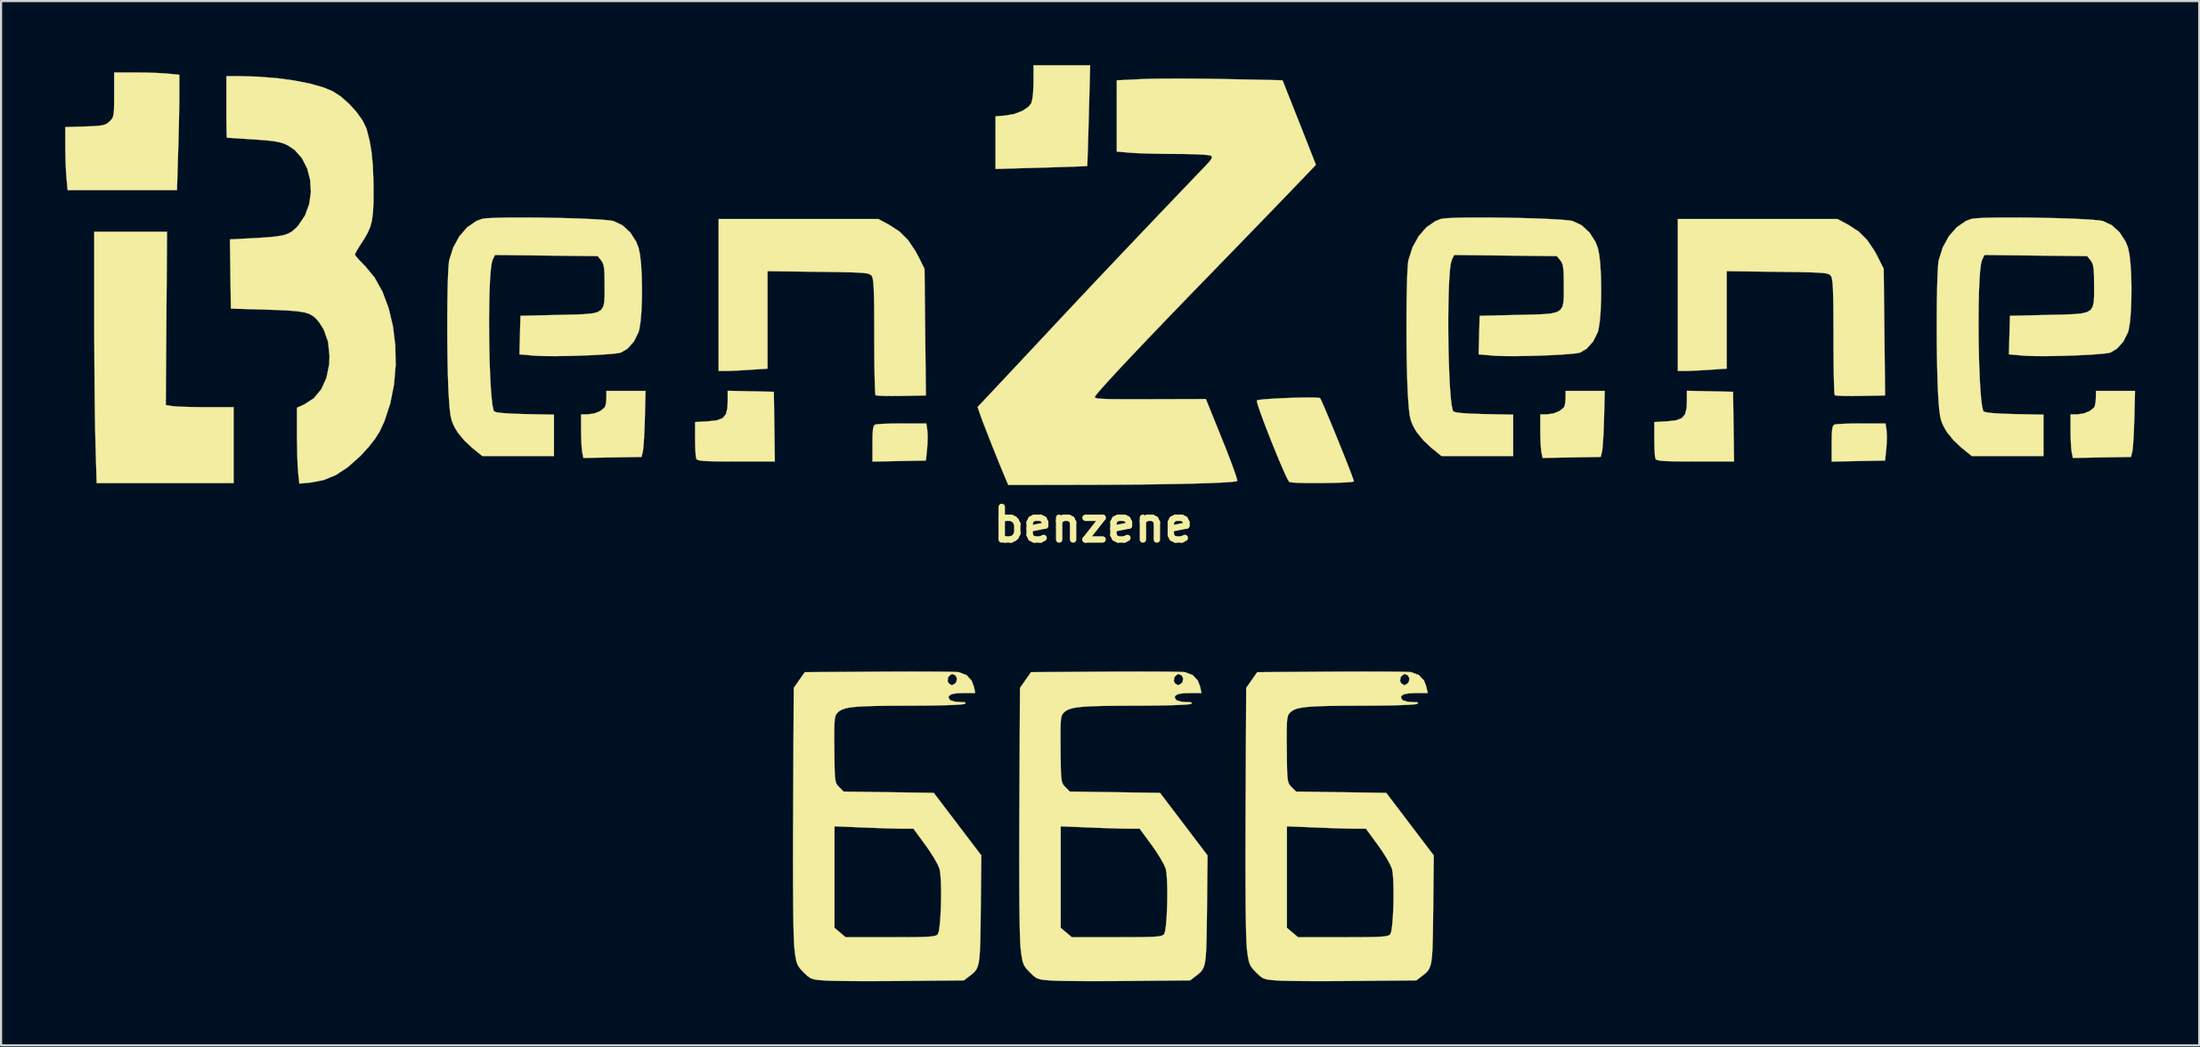
<source format=kicad_pcb>
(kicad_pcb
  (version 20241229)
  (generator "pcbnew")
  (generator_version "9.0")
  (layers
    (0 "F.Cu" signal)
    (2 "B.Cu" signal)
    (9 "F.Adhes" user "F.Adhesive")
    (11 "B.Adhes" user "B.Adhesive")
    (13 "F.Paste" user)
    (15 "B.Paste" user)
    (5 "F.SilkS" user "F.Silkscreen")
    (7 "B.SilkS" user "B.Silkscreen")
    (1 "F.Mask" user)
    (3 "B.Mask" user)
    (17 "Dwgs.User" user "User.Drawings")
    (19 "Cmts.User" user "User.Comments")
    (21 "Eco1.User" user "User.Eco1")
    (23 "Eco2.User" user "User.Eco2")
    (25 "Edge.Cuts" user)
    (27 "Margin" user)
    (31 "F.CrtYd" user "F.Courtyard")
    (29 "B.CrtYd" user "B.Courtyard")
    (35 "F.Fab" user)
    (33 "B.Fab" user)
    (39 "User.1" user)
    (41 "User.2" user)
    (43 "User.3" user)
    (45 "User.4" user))
  (footprint "benzene"
    (layer "F.Cu")
    (at 48.096 21.51)
    (property "Reference" "benzene" (at 0 0 0) (layer "F.SilkS") (effects (font (size 1.524 1.524) (thickness 0.3))))
    (attr through_hole)
    (fp_poly (pts (xy -7.765 -4.424) (xy -7.749 -4.166) (xy -7.755 -3.825) (xy -7.775 -3.556) (xy -7.832 -3.006) (xy -9.081 -2.982) (xy -10.329 -2.959) (xy -10.329 -3.799) (xy -10.325 -4.197) (xy -10.308 -4.456) (xy -10.274 -4.606) (xy -10.218 -4.678) (xy -10.195 -4.69) (xy -10.064 -4.709) (xy -9.799 -4.725) (xy -9.438 -4.736) (xy -9.016 -4.741) (xy -8.936 -4.741) (xy -7.811 -4.741) (xy -7.765 -4.424)) (stroke (width 0.01) (type solid)) (fill yes) (layer "F.SilkS"))
    (fp_poly (pts (xy 37.109 -4.424) (xy 37.125 -4.166) (xy 37.118 -3.825) (xy 37.098 -3.556) (xy 37.042 -3.006) (xy 35.793 -2.982) (xy 34.544 -2.959) (xy 34.544 -3.799) (xy 34.549 -4.197) (xy 34.566 -4.456) (xy 34.6 -4.606) (xy 34.655 -4.678) (xy 34.678 -4.69) (xy 34.809 -4.709) (xy 35.074 -4.725) (xy 35.436 -4.736) (xy 35.858 -4.741) (xy 35.937 -4.741) (xy 37.062 -4.741) (xy 37.109 -4.424)) (stroke (width 0.01) (type solid)) (fill yes) (layer "F.SilkS"))
    (fp_poly (pts (xy -43.362 -9.66) (xy -43.392 -5.603) (xy -43.095 -5.554) (xy -42.906 -5.537) (xy -42.587 -5.522) (xy -42.175 -5.511) (xy -41.71 -5.505) (xy -41.508 -5.504) (xy -40.217 -5.503) (xy -40.217 -1.947) (xy -46.624 -1.947) (xy -46.68 -3.866) (xy -46.692 -4.367) (xy -46.703 -5.009) (xy -46.713 -5.761) (xy -46.722 -6.595) (xy -46.728 -7.483) (xy -46.733 -8.393) (xy -46.736 -9.298) (xy -46.736 -9.75) (xy -46.736 -13.716) (xy -45.034 -13.716) (xy -43.332 -13.716) (xy -43.362 -9.66)) (stroke (width 0.01) (type solid)) (fill yes) (layer "F.SilkS"))
    (fp_poly (pts (xy 28.85 -6.247) (xy 29.93 -6.223) (xy 29.976 -2.963) (xy 28.163 -2.963) (xy 27.556 -2.965) (xy 27.097 -2.97) (xy 26.766 -2.98) (xy 26.541 -2.997) (xy 26.402 -3.023) (xy 26.327 -3.058) (xy 26.298 -3.097) (xy 26.275 -3.238) (xy 26.258 -3.502) (xy 26.248 -3.843) (xy 26.247 -4.019) (xy 26.247 -4.807) (xy 26.85 -4.841) (xy 27.26 -4.887) (xy 27.53 -4.989) (xy 27.687 -5.174) (xy 27.758 -5.468) (xy 27.771 -5.769) (xy 27.771 -6.27) (xy 28.85 -6.247)) (stroke (width 0.01) (type solid)) (fill yes) (layer "F.SilkS"))
    (fp_poly (pts (xy -16.023 -6.247) (xy -14.944 -6.223) (xy -14.921 -4.593) (xy -14.898 -2.963) (xy -16.711 -2.963) (xy -17.318 -2.965) (xy -17.776 -2.97) (xy -18.108 -2.98) (xy -18.333 -2.997) (xy -18.472 -3.023) (xy -18.547 -3.058) (xy -18.575 -3.097) (xy -18.598 -3.238) (xy -18.616 -3.502) (xy -18.625 -3.843) (xy -18.627 -4.019) (xy -18.627 -4.807) (xy -18.024 -4.841) (xy -17.613 -4.887) (xy -17.343 -4.989) (xy -17.186 -5.174) (xy -17.115 -5.468) (xy -17.103 -5.769) (xy -17.103 -6.27) (xy -16.023 -6.247)) (stroke (width 0.01) (type solid)) (fill yes) (layer "F.SilkS"))
    (fp_poly (pts (xy -20.979 -4.974) (xy -20.994 -4.503) (xy -21.015 -4.072) (xy -21.039 -3.721) (xy -21.063 -3.486) (xy -21.073 -3.429) (xy -21.135 -3.175) (xy -22.494 -3.152) (xy -23.854 -3.129) (xy -23.907 -3.395) (xy -23.932 -3.603) (xy -23.95 -3.921) (xy -23.96 -4.292) (xy -23.961 -4.413) (xy -23.961 -5.165) (xy -23.66 -5.165) (xy -23.349 -5.208) (xy -23.067 -5.321) (xy -22.871 -5.477) (xy -22.828 -5.549) (xy -22.791 -5.728) (xy -22.775 -5.968) (xy -22.775 -5.976) (xy -22.775 -6.265) (xy -20.946 -6.265) (xy -20.979 -4.974)) (stroke (width 0.01) (type solid)) (fill yes) (layer "F.SilkS"))
    (fp_poly (pts (xy 23.894 -4.974) (xy 23.879 -4.503) (xy 23.858 -4.072) (xy 23.835 -3.721) (xy 23.81 -3.486) (xy 23.8 -3.429) (xy 23.738 -3.175) (xy 22.379 -3.152) (xy 21.019 -3.129) (xy 20.966 -3.395) (xy 20.941 -3.603) (xy 20.923 -3.921) (xy 20.913 -4.292) (xy 20.913 -4.413) (xy 20.913 -5.165) (xy 21.213 -5.165) (xy 21.524 -5.208) (xy 21.807 -5.321) (xy 22.002 -5.477) (xy 22.045 -5.549) (xy 22.082 -5.728) (xy 22.098 -5.968) (xy 22.098 -5.976) (xy 22.098 -6.265) (xy 23.927 -6.265) (xy 23.894 -4.974)) (stroke (width 0.01) (type solid)) (fill yes) (layer "F.SilkS"))
    (fp_poly (pts (xy 48.702 -4.974) (xy 48.686 -4.503) (xy 48.665 -4.072) (xy 48.642 -3.721) (xy 48.618 -3.486) (xy 48.607 -3.429) (xy 48.546 -3.175) (xy 47.186 -3.152) (xy 45.827 -3.129) (xy 45.773 -3.395) (xy 45.749 -3.603) (xy 45.73 -3.921) (xy 45.721 -4.292) (xy 45.72 -4.413) (xy 45.72 -5.165) (xy 46.021 -5.165) (xy 46.332 -5.208) (xy 46.614 -5.321) (xy 46.81 -5.477) (xy 46.853 -5.549) (xy 46.889 -5.728) (xy 46.905 -5.968) (xy 46.905 -5.976) (xy 46.905 -6.265) (xy 48.735 -6.265) (xy 48.702 -4.974)) (stroke (width 0.01) (type solid)) (fill yes) (layer "F.SilkS"))
    (fp_poly (pts (xy -0.209 -19.156) (xy -0.226 -18.544) (xy -0.242 -17.99) (xy -0.256 -17.517) (xy -0.269 -17.144) (xy -0.279 -16.896) (xy -0.285 -16.792) (xy -0.286 -16.79) (xy -0.371 -16.784) (xy -0.602 -16.773) (xy -0.957 -16.76) (xy -1.414 -16.745) (xy -1.948 -16.728) (xy -2.436 -16.714) (xy -4.572 -16.653) (xy -4.572 -19.114) (xy -4.125 -19.151) (xy -3.692 -19.228) (xy -3.311 -19.374) (xy -3.025 -19.568) (xy -2.902 -19.727) (xy -2.851 -19.917) (xy -2.814 -20.228) (xy -2.796 -20.616) (xy -2.795 -20.722) (xy -2.794 -21.505) (xy -0.147 -21.505) (xy -0.209 -19.156)) (stroke (width 0.01) (type solid)) (fill yes) (layer "F.SilkS"))
    (fp_poly (pts (xy -44.343 -21.162) (xy -43.888 -21.149) (xy -43.496 -21.13) (xy -43.277 -21.112) (xy -42.757 -21.058) (xy -42.757 -20.152) (xy -42.759 -19.778) (xy -42.767 -19.28) (xy -42.779 -18.7) (xy -42.794 -18.085) (xy -42.812 -17.477) (xy -42.812 -17.455) (xy -42.868 -15.663) (xy -47.982 -15.663) (xy -48.035 -16.235) (xy -48.059 -16.576) (xy -48.078 -17.015) (xy -48.088 -17.481) (xy -48.09 -17.709) (xy -48.091 -18.612) (xy -47.166 -18.64) (xy -46.751 -18.656) (xy -46.468 -18.679) (xy -46.279 -18.715) (xy -46.148 -18.774) (xy -46.036 -18.862) (xy -46.023 -18.874) (xy -45.932 -18.967) (xy -45.87 -19.066) (xy -45.833 -19.204) (xy -45.813 -19.415) (xy -45.806 -19.732) (xy -45.805 -20.123) (xy -45.805 -21.167) (xy -44.801 -21.167) (xy -44.343 -21.162)) (stroke (width 0.01) (type solid)) (fill yes) (layer "F.SilkS"))
    (fp_poly (pts (xy 10.326 -5.954) (xy 10.54 -5.943) (xy 10.609 -5.928) (xy 10.659 -5.835) (xy 10.759 -5.611) (xy 10.9 -5.283) (xy 11.07 -4.877) (xy 11.259 -4.42) (xy 11.455 -3.939) (xy 11.648 -3.46) (xy 11.828 -3.009) (xy 11.982 -2.614) (xy 12.102 -2.301) (xy 12.174 -2.097) (xy 12.192 -2.031) (xy 12.113 -2.008) (xy 11.897 -1.988) (xy 11.577 -1.972) (xy 11.186 -1.961) (xy 10.757 -1.954) (xy 10.321 -1.952) (xy 9.913 -1.955) (xy 9.564 -1.964) (xy 9.307 -1.979) (xy 9.175 -2) (xy 9.114 -2.088) (xy 9.006 -2.306) (xy 8.861 -2.628) (xy 8.69 -3.027) (xy 8.504 -3.477) (xy 8.313 -3.951) (xy 8.128 -4.422) (xy 7.96 -4.865) (xy 7.818 -5.253) (xy 7.713 -5.559) (xy 7.657 -5.757) (xy 7.653 -5.819) (xy 7.758 -5.845) (xy 7.998 -5.872) (xy 8.337 -5.897) (xy 8.743 -5.919) (xy 9.179 -5.937) (xy 9.611 -5.95) (xy 10.005 -5.956) (xy 10.326 -5.954)) (stroke (width 0.01) (type solid)) (fill yes) (layer "F.SilkS"))
    (fp_poly (pts (xy -9.556 -14.042) (xy -9.07 -13.726) (xy -8.67 -13.329) (xy -8.323 -12.816) (xy -8.183 -12.554) (xy -7.896 -11.98) (xy -7.864 -9.017) (xy -7.832 -6.054) (xy -8.979 -6.03) (xy -9.404 -6.026) (xy -9.767 -6.03) (xy -10.035 -6.042) (xy -10.175 -6.06) (xy -10.186 -6.065) (xy -10.2 -6.162) (xy -10.213 -6.406) (xy -10.225 -6.779) (xy -10.234 -7.258) (xy -10.241 -7.824) (xy -10.244 -8.456) (xy -10.245 -8.803) (xy -10.246 -9.577) (xy -10.25 -10.198) (xy -10.258 -10.683) (xy -10.271 -11.049) (xy -10.288 -11.314) (xy -10.312 -11.493) (xy -10.342 -11.604) (xy -10.365 -11.647) (xy -10.409 -11.695) (xy -10.475 -11.733) (xy -10.583 -11.763) (xy -10.751 -11.785) (xy -11 -11.802) (xy -11.348 -11.815) (xy -11.815 -11.825) (xy -12.42 -11.834) (xy -12.862 -11.84) (xy -15.24 -11.869) (xy -15.24 -7.307) (xy -16.066 -7.252) (xy -16.463 -7.228) (xy -16.833 -7.209) (xy -17.119 -7.199) (xy -17.209 -7.197) (xy -17.526 -7.197) (xy -17.526 -14.309) (xy -10.057 -14.309) (xy -9.556 -14.042)) (stroke (width 0.01) (type solid)) (fill yes) (layer "F.SilkS"))
    (fp_poly (pts (xy 35.317 -14.042) (xy 35.803 -13.726) (xy 36.203 -13.329) (xy 36.55 -12.816) (xy 36.69 -12.554) (xy 36.977 -11.98) (xy 37.01 -9.017) (xy 37.042 -6.054) (xy 35.894 -6.03) (xy 35.469 -6.026) (xy 35.106 -6.03) (xy 34.838 -6.042) (xy 34.699 -6.06) (xy 34.687 -6.065) (xy 34.673 -6.162) (xy 34.66 -6.406) (xy 34.649 -6.779) (xy 34.639 -7.258) (xy 34.633 -7.824) (xy 34.629 -8.456) (xy 34.629 -8.803) (xy 34.627 -9.577) (xy 34.623 -10.198) (xy 34.615 -10.683) (xy 34.603 -11.049) (xy 34.585 -11.314) (xy 34.562 -11.493) (xy 34.532 -11.604) (xy 34.509 -11.647) (xy 34.465 -11.695) (xy 34.398 -11.733) (xy 34.291 -11.763) (xy 34.122 -11.785) (xy 33.874 -11.802) (xy 33.526 -11.815) (xy 33.059 -11.825) (xy 32.453 -11.834) (xy 32.011 -11.84) (xy 29.633 -11.869) (xy 29.633 -7.307) (xy 28.808 -7.252) (xy 28.41 -7.228) (xy 28.04 -7.209) (xy 27.754 -7.199) (xy 27.665 -7.197) (xy 27.347 -7.197) (xy 27.347 -14.309) (xy 34.817 -14.309) (xy 35.317 -14.042)) (stroke (width 0.01) (type solid)) (fill yes) (layer "F.SilkS"))
    (fp_poly (pts (xy 4.554 -20.88) (xy 5.288 -20.874) (xy 6.02 -20.862) (xy 6.17 -20.859) (xy 8.853 -20.802) (xy 9.46 -19.27) (xy 9.662 -18.76) (xy 9.855 -18.272) (xy 10.025 -17.841) (xy 10.159 -17.5) (xy 10.241 -17.291) (xy 10.413 -16.844) (xy 9.207 -15.586) (xy 8.889 -15.256) (xy 8.472 -14.823) (xy 7.975 -14.31) (xy 7.418 -13.734) (xy 6.819 -13.116) (xy 6.198 -12.476) (xy 5.574 -11.833) (xy 5.212 -11.461) (xy 4.379 -10.602) (xy 3.597 -9.792) (xy 2.874 -9.037) (xy 2.217 -8.348) (xy 1.633 -7.731) (xy 1.131 -7.194) (xy 0.718 -6.745) (xy 0.4 -6.393) (xy 0.186 -6.144) (xy 0.084 -6.008) (xy 0.081 -6.004) (xy 0.074 -5.966) (xy 0.108 -5.936) (xy 0.2 -5.914) (xy 0.366 -5.897) (xy 0.624 -5.886) (xy 0.99 -5.879) (xy 1.48 -5.876) (xy 2.112 -5.876) (xy 2.639 -5.877) (xy 5.268 -5.884) (xy 6.03 -3.996) (xy 6.241 -3.467) (xy 6.424 -2.991) (xy 6.572 -2.589) (xy 6.678 -2.284) (xy 6.732 -2.098) (xy 6.735 -2.051) (xy 6.624 -2.023) (xy 6.356 -1.996) (xy 5.94 -1.972) (xy 5.39 -1.949) (xy 4.717 -1.929) (xy 3.932 -1.911) (xy 3.046 -1.896) (xy 2.072 -1.884) (xy 1.02 -1.875) (xy -0.098 -1.87) (xy -0.274 -1.87) (xy -3.977 -1.863) (xy -4.112 -2.18) (xy -4.261 -2.538) (xy -4.441 -2.977) (xy -4.634 -3.459) (xy -4.828 -3.945) (xy -5.004 -4.397) (xy -5.15 -4.774) (xy -5.248 -5.039) (xy -5.256 -5.062) (xy -5.412 -5.51) (xy -4.547 -6.43) (xy -4.283 -6.712) (xy -3.923 -7.096) (xy -3.488 -7.56) (xy -2.999 -8.082) (xy -2.475 -8.642) (xy -1.938 -9.216) (xy -1.518 -9.665) (xy -0.667 -10.573) (xy 0.278 -11.576) (xy 1.293 -12.649) (xy 2.354 -13.766) (xy 3.435 -14.901) (xy 4.514 -16.03) (xy 5.241 -16.788) (xy 5.447 -17.013) (xy 5.542 -17.153) (xy 5.543 -17.237) (xy 5.503 -17.274) (xy 5.38 -17.3) (xy 5.118 -17.323) (xy 4.747 -17.341) (xy 4.297 -17.352) (xy 3.886 -17.355) (xy 3.343 -17.359) (xy 2.805 -17.368) (xy 2.318 -17.382) (xy 1.926 -17.399) (xy 1.748 -17.411) (xy 1.101 -17.466) (xy 1.101 -20.802) (xy 2.294 -20.859) (xy 2.69 -20.872) (xy 3.222 -20.879) (xy 3.854 -20.882) (xy 4.554 -20.88)) (stroke (width 0.01) (type solid)) (fill yes) (layer "F.SilkS"))
    (fp_poly (pts (xy -26.466 -14.38) (xy -25.82 -14.374) (xy -25.162 -14.363) (xy -24.518 -14.347) (xy -23.914 -14.327) (xy -23.377 -14.302) (xy -22.932 -14.274) (xy -22.607 -14.243) (xy -22.444 -14.215) (xy -22.028 -14.017) (xy -21.664 -13.684) (xy -21.384 -13.249) (xy -21.272 -12.964) (xy -21.205 -12.644) (xy -21.156 -12.2) (xy -21.125 -11.673) (xy -21.112 -11.1) (xy -21.117 -10.521) (xy -21.14 -9.975) (xy -21.181 -9.5) (xy -21.24 -9.136) (xy -21.275 -9.01) (xy -21.492 -8.574) (xy -21.791 -8.241) (xy -22.098 -8.059) (xy -22.27 -8.025) (xy -22.58 -7.993) (xy -22.996 -7.963) (xy -23.486 -7.937) (xy -24.02 -7.916) (xy -24.566 -7.901) (xy -25.092 -7.893) (xy -25.566 -7.894) (xy -25.958 -7.904) (xy -26.162 -7.916) (xy -26.845 -7.977) (xy -26.797 -9.779) (xy -24.99 -9.821) (xy -24.335 -9.836) (xy -23.831 -9.854) (xy -23.456 -9.889) (xy -23.192 -9.952) (xy -23.02 -10.058) (xy -22.92 -10.217) (xy -22.873 -10.444) (xy -22.859 -10.75) (xy -22.86 -11.149) (xy -22.86 -11.218) (xy -22.864 -11.651) (xy -22.879 -11.95) (xy -22.911 -12.15) (xy -22.963 -12.287) (xy -23.022 -12.373) (xy -23.183 -12.573) (xy -25.588 -12.6) (xy -27.992 -12.627) (xy -28.105 -12.388) (xy -28.154 -12.198) (xy -28.193 -11.87) (xy -28.224 -11.425) (xy -28.247 -10.887) (xy -28.261 -10.279) (xy -28.267 -9.622) (xy -28.265 -8.94) (xy -28.256 -8.256) (xy -28.24 -7.591) (xy -28.216 -6.969) (xy -28.186 -6.413) (xy -28.149 -5.944) (xy -28.106 -5.586) (xy -28.057 -5.362) (xy -28.026 -5.301) (xy -27.901 -5.261) (xy -27.623 -5.227) (xy -27.206 -5.2) (xy -26.665 -5.182) (xy -26.581 -5.18) (xy -25.231 -5.153) (xy -25.231 -3.217) (xy -28.583 -3.217) (xy -29.079 -3.619) (xy -29.429 -3.949) (xy -29.724 -4.31) (xy -29.829 -4.475) (xy -29.937 -4.682) (xy -30.014 -4.878) (xy -30.067 -5.103) (xy -30.105 -5.399) (xy -30.138 -5.806) (xy -30.15 -5.999) (xy -30.175 -6.483) (xy -30.194 -7.061) (xy -30.208 -7.707) (xy -30.217 -8.395) (xy -30.221 -9.101) (xy -30.22 -9.799) (xy -30.214 -10.465) (xy -30.204 -11.073) (xy -30.188 -11.598) (xy -30.168 -12.016) (xy -30.143 -12.301) (xy -30.131 -12.378) (xy -29.941 -12.98) (xy -29.654 -13.503) (xy -29.288 -13.923) (xy -28.863 -14.215) (xy -28.601 -14.315) (xy -28.408 -14.342) (xy -28.071 -14.361) (xy -27.618 -14.374) (xy -27.074 -14.38) (xy -26.466 -14.38)) (stroke (width 0.01) (type solid)) (fill yes) (layer "F.SilkS"))
    (fp_poly (pts (xy -40.026 -20.997) (xy -39.103 -20.973) (xy -38.212 -20.903) (xy -37.381 -20.793) (xy -36.639 -20.646) (xy -36.012 -20.467) (xy -35.584 -20.29) (xy -35.208 -20.047) (xy -34.824 -19.709) (xy -34.47 -19.32) (xy -34.185 -18.922) (xy -34.007 -18.557) (xy -33.995 -18.521) (xy -33.862 -18.002) (xy -33.767 -17.457) (xy -33.707 -16.846) (xy -33.677 -16.129) (xy -33.671 -15.706) (xy -33.674 -15.101) (xy -33.696 -14.629) (xy -33.743 -14.255) (xy -33.824 -13.942) (xy -33.947 -13.656) (xy -34.119 -13.36) (xy -34.206 -13.226) (xy -34.373 -12.968) (xy -34.493 -12.762) (xy -34.544 -12.65) (xy -34.544 -12.646) (xy -34.487 -12.556) (xy -34.336 -12.384) (xy -34.122 -12.165) (xy -34.078 -12.122) (xy -33.622 -11.572) (xy -33.249 -10.898) (xy -32.961 -10.126) (xy -32.762 -9.282) (xy -32.653 -8.389) (xy -32.636 -7.474) (xy -32.714 -6.561) (xy -32.889 -5.676) (xy -33.163 -4.844) (xy -33.387 -4.36) (xy -33.6 -4.023) (xy -33.907 -3.633) (xy -34.268 -3.239) (xy -34.302 -3.205) (xy -34.883 -2.688) (xy -35.446 -2.321) (xy -36.017 -2.089) (xy -36.584 -1.981) (xy -37.142 -1.927) (xy -37.198 -2.457) (xy -37.218 -2.741) (xy -37.235 -3.144) (xy -37.247 -3.619) (xy -37.253 -4.116) (xy -37.253 -4.233) (xy -37.253 -5.478) (xy -36.907 -5.634) (xy -36.462 -5.924) (xy -36.115 -6.343) (xy -35.874 -6.875) (xy -35.747 -7.505) (xy -35.729 -7.879) (xy -35.797 -8.559) (xy -36.002 -9.14) (xy -36.201 -9.456) (xy -36.345 -9.631) (xy -36.494 -9.765) (xy -36.672 -9.866) (xy -36.904 -9.939) (xy -37.213 -9.99) (xy -37.626 -10.025) (xy -38.165 -10.051) (xy -38.649 -10.067) (xy -40.344 -10.118) (xy -40.367 -11.737) (xy -40.39 -13.355) (xy -39.266 -13.414) (xy -38.688 -13.449) (xy -38.25 -13.49) (xy -37.922 -13.544) (xy -37.676 -13.622) (xy -37.482 -13.73) (xy -37.312 -13.877) (xy -37.189 -14.009) (xy -36.876 -14.476) (xy -36.681 -15.006) (xy -36.602 -15.569) (xy -36.634 -16.133) (xy -36.773 -16.67) (xy -37.016 -17.149) (xy -37.357 -17.539) (xy -37.684 -17.759) (xy -37.873 -17.843) (xy -38.086 -17.906) (xy -38.359 -17.955) (xy -38.726 -17.995) (xy -39.224 -18.032) (xy -39.292 -18.036) (xy -39.727 -18.064) (xy -40.096 -18.088) (xy -40.37 -18.106) (xy -40.517 -18.116) (xy -40.534 -18.117) (xy -40.541 -18.198) (xy -40.547 -18.42) (xy -40.552 -18.757) (xy -40.555 -19.18) (xy -40.555 -19.558) (xy -40.555 -20.997) (xy -40.026 -20.997)) (stroke (width 0.01) (type solid)) (fill yes) (layer "F.SilkS"))
    (fp_poly (pts (xy 18.407 -14.38) (xy 19.053 -14.374) (xy 19.712 -14.363) (xy 20.356 -14.347) (xy 20.959 -14.327) (xy 21.497 -14.302) (xy 21.941 -14.274) (xy 22.267 -14.243) (xy 22.429 -14.215) (xy 22.845 -14.017) (xy 23.209 -13.684) (xy 23.489 -13.249) (xy 23.601 -12.964) (xy 23.668 -12.644) (xy 23.717 -12.2) (xy 23.748 -11.673) (xy 23.761 -11.1) (xy 23.756 -10.521) (xy 23.733 -9.975) (xy 23.692 -9.5) (xy 23.634 -9.136) (xy 23.599 -9.01) (xy 23.382 -8.574) (xy 23.083 -8.241) (xy 22.775 -8.059) (xy 22.603 -8.025) (xy 22.294 -7.993) (xy 21.878 -7.963) (xy 21.387 -7.937) (xy 20.853 -7.916) (xy 20.307 -7.901) (xy 19.782 -7.893) (xy 19.307 -7.894) (xy 18.915 -7.904) (xy 18.711 -7.916) (xy 18.028 -7.977) (xy 18.052 -8.878) (xy 18.076 -9.779) (xy 19.883 -9.821) (xy 20.538 -9.836) (xy 21.043 -9.854) (xy 21.417 -9.889) (xy 21.681 -9.952) (xy 21.853 -10.058) (xy 21.953 -10.217) (xy 22 -10.444) (xy 22.014 -10.75) (xy 22.013 -11.149) (xy 22.013 -11.218) (xy 22.009 -11.651) (xy 21.994 -11.95) (xy 21.963 -12.15) (xy 21.91 -12.287) (xy 21.852 -12.373) (xy 21.69 -12.573) (xy 19.285 -12.6) (xy 16.881 -12.627) (xy 16.769 -12.388) (xy 16.72 -12.198) (xy 16.68 -11.87) (xy 16.649 -11.425) (xy 16.627 -10.887) (xy 16.613 -10.279) (xy 16.606 -9.622) (xy 16.608 -8.94) (xy 16.617 -8.256) (xy 16.634 -7.591) (xy 16.657 -6.969) (xy 16.687 -6.413) (xy 16.724 -5.944) (xy 16.767 -5.586) (xy 16.816 -5.362) (xy 16.847 -5.301) (xy 16.972 -5.261) (xy 17.251 -5.227) (xy 17.668 -5.2) (xy 18.208 -5.182) (xy 18.292 -5.18) (xy 19.643 -5.153) (xy 19.643 -3.217) (xy 16.29 -3.217) (xy 15.794 -3.619) (xy 15.445 -3.949) (xy 15.149 -4.31) (xy 15.045 -4.475) (xy 14.936 -4.682) (xy 14.86 -4.878) (xy 14.806 -5.103) (xy 14.768 -5.399) (xy 14.736 -5.806) (xy 14.723 -5.999) (xy 14.698 -6.483) (xy 14.679 -7.061) (xy 14.665 -7.707) (xy 14.656 -8.395) (xy 14.652 -9.101) (xy 14.653 -9.799) (xy 14.659 -10.465) (xy 14.67 -11.073) (xy 14.685 -11.598) (xy 14.705 -12.016) (xy 14.73 -12.301) (xy 14.743 -12.378) (xy 14.932 -12.98) (xy 15.22 -13.503) (xy 15.585 -13.923) (xy 16.01 -14.215) (xy 16.272 -14.315) (xy 16.466 -14.342) (xy 16.802 -14.361) (xy 17.255 -14.374) (xy 17.799 -14.38) (xy 18.407 -14.38)) (stroke (width 0.01) (type solid)) (fill yes) (layer "F.SilkS"))
    (fp_poly (pts (xy 43.214 -14.38) (xy 43.861 -14.374) (xy 44.519 -14.363) (xy 45.163 -14.347) (xy 45.767 -14.327) (xy 46.304 -14.302) (xy 46.748 -14.274) (xy 47.074 -14.243) (xy 47.236 -14.215) (xy 47.653 -14.017) (xy 48.016 -13.684) (xy 48.297 -13.249) (xy 48.409 -12.964) (xy 48.475 -12.644) (xy 48.524 -12.2) (xy 48.555 -11.673) (xy 48.568 -11.1) (xy 48.563 -10.521) (xy 48.54 -9.975) (xy 48.5 -9.5) (xy 48.441 -9.136) (xy 48.406 -9.01) (xy 48.189 -8.574) (xy 47.89 -8.241) (xy 47.583 -8.059) (xy 47.411 -8.025) (xy 47.101 -7.993) (xy 46.685 -7.963) (xy 46.194 -7.937) (xy 45.66 -7.916) (xy 45.115 -7.901) (xy 44.589 -7.893) (xy 44.114 -7.894) (xy 43.723 -7.904) (xy 43.519 -7.916) (xy 42.836 -7.977) (xy 42.86 -8.878) (xy 42.884 -9.779) (xy 44.69 -9.821) (xy 45.345 -9.836) (xy 45.85 -9.854) (xy 46.225 -9.889) (xy 46.488 -9.952) (xy 46.661 -10.058) (xy 46.76 -10.217) (xy 46.808 -10.444) (xy 46.821 -10.75) (xy 46.821 -11.149) (xy 46.821 -11.218) (xy 46.817 -11.651) (xy 46.801 -11.95) (xy 46.77 -12.15) (xy 46.717 -12.287) (xy 46.659 -12.373) (xy 46.497 -12.573) (xy 44.093 -12.6) (xy 41.688 -12.627) (xy 41.576 -12.388) (xy 41.527 -12.198) (xy 41.487 -11.87) (xy 41.456 -11.425) (xy 41.434 -10.887) (xy 41.42 -10.279) (xy 41.414 -9.622) (xy 41.415 -8.94) (xy 41.425 -8.256) (xy 41.441 -7.591) (xy 41.465 -6.969) (xy 41.495 -6.413) (xy 41.531 -5.944) (xy 41.574 -5.586) (xy 41.623 -5.362) (xy 41.655 -5.301) (xy 41.779 -5.261) (xy 42.058 -5.227) (xy 42.475 -5.2) (xy 43.016 -5.182) (xy 43.099 -5.18) (xy 44.45 -5.153) (xy 44.45 -3.217) (xy 41.097 -3.217) (xy 40.602 -3.619) (xy 40.252 -3.949) (xy 39.956 -4.31) (xy 39.852 -4.475) (xy 39.743 -4.682) (xy 39.667 -4.878) (xy 39.614 -5.103) (xy 39.575 -5.399) (xy 39.543 -5.806) (xy 39.53 -5.999) (xy 39.506 -6.483) (xy 39.487 -7.061) (xy 39.472 -7.707) (xy 39.463 -8.395) (xy 39.46 -9.101) (xy 39.461 -9.799) (xy 39.466 -10.465) (xy 39.477 -11.073) (xy 39.493 -11.598) (xy 39.513 -12.016) (xy 39.537 -12.301) (xy 39.55 -12.378) (xy 39.74 -12.98) (xy 40.027 -13.503) (xy 40.393 -13.923) (xy 40.817 -14.215) (xy 41.08 -14.315) (xy 41.273 -14.342) (xy 41.609 -14.361) (xy 42.063 -14.374) (xy 42.606 -14.38) (xy 43.214 -14.38)) (stroke (width 0.01) (type solid)) (fill yes) (layer "F.SilkS"))
    (fp_poly (pts (xy -7.901 6.871) (xy -7.333 6.874) (xy -6.868 6.879) (xy -6.526 6.887) (xy -6.326 6.896) (xy -6.293 6.9) (xy -5.933 7.035) (xy -5.693 7.291) (xy -5.593 7.556) (xy -5.521 7.874) (xy -6.013 7.874) (xy -6.4 7.888) (xy -6.641 7.933) (xy -6.756 8.016) (xy -6.773 8.086) (xy -6.695 8.213) (xy -6.46 8.283) (xy -6.195 8.299) (xy -6.006 8.31) (xy -5.97 8.347) (xy -6.011 8.382) (xy -6.13 8.405) (xy -6.401 8.425) (xy -6.805 8.442) (xy -7.325 8.455) (xy -7.943 8.464) (xy -8.636 8.467) (xy -9.447 8.47) (xy -10.107 8.478) (xy -10.633 8.493) (xy -11.043 8.515) (xy -11.356 8.548) (xy -11.588 8.593) (xy -11.759 8.651) (xy -11.885 8.724) (xy -11.961 8.791) (xy -12.02 8.861) (xy -12.063 8.952) (xy -12.092 9.09) (xy -12.109 9.299) (xy -12.117 9.606) (xy -12.118 10.035) (xy -12.114 10.511) (xy -12.108 11.06) (xy -12.101 11.465) (xy -12.087 11.753) (xy -12.065 11.95) (xy -12.032 12.081) (xy -11.983 12.173) (xy -11.915 12.251) (xy -11.891 12.276) (xy -11.682 12.487) (xy -7.461 12.549) (xy -5.238 15.477) (xy -5.265 18.004) (xy -5.273 18.757) (xy -5.283 19.361) (xy -5.298 19.833) (xy -5.321 20.195) (xy -5.354 20.466) (xy -5.403 20.665) (xy -5.468 20.811) (xy -5.555 20.925) (xy -5.666 21.026) (xy -5.78 21.114) (xy -6.054 21.323) (xy -8.89 21.35) (xy -9.606 21.356) (xy -10.302 21.358) (xy -10.951 21.358) (xy -11.526 21.354) (xy -12 21.348) (xy -12.346 21.339) (xy -12.468 21.334) (xy -12.827 21.309) (xy -13.066 21.276) (xy -13.232 21.218) (xy -13.375 21.117) (xy -13.543 20.956) (xy -13.548 20.951) (xy -13.713 20.776) (xy -13.82 20.621) (xy -13.889 20.435) (xy -13.939 20.169) (xy -13.977 19.872) (xy -13.998 19.606) (xy -14.015 19.175) (xy -14.022 18.866) (xy -12.107 18.866) (xy -11.586 19.304) (xy -9.487 19.304) (xy -8.827 19.303) (xy -8.317 19.299) (xy -7.936 19.29) (xy -7.663 19.276) (xy -7.479 19.255) (xy -7.362 19.226) (xy -7.293 19.187) (xy -7.271 19.164) (xy -7.223 19.024) (xy -7.183 18.751) (xy -7.152 18.379) (xy -7.131 17.945) (xy -7.12 17.484) (xy -7.12 17.031) (xy -7.133 16.623) (xy -7.159 16.294) (xy -7.192 16.105) (xy -7.28 15.897) (xy -7.446 15.599) (xy -7.665 15.256) (xy -7.848 14.995) (xy -8.413 14.224) (xy -8.927 14.224) (xy -9.196 14.22) (xy -9.589 14.21) (xy -10.061 14.195) (xy -10.567 14.176) (xy -10.774 14.168) (xy -12.107 14.113) (xy -12.107 18.866) (xy -14.022 18.866) (xy -14.028 18.582) (xy -14.038 17.831) (xy -14.044 16.926) (xy -14.046 15.87) (xy -14.045 14.668) (xy -14.04 13.383) (xy -14.012 7.634) (xy -13.786 7.312) (xy -6.814 7.312) (xy -6.762 7.422) (xy -6.615 7.511) (xy -6.466 7.431) (xy -6.403 7.347) (xy -6.377 7.186) (xy -6.454 7.045) (xy -6.591 6.986) (xy -6.646 6.997) (xy -6.788 7.126) (xy -6.814 7.312) (xy -13.786 7.312) (xy -13.754 7.267) (xy -13.496 6.9) (xy -10.029 6.876) (xy -9.269 6.872) (xy -8.553 6.87) (xy -7.901 6.871)) (stroke (width 0.01) (type solid)) (fill yes) (layer "F.SilkS"))
    (fp_poly (pts (xy 2.682 6.871) (xy 3.251 6.874) (xy 3.715 6.879) (xy 4.057 6.887) (xy 4.257 6.896) (xy 4.291 6.9) (xy 4.65 7.035) (xy 4.89 7.291) (xy 4.991 7.556) (xy 5.062 7.874) (xy 4.57 7.874) (xy 4.183 7.888) (xy 3.942 7.933) (xy 3.827 8.016) (xy 3.81 8.086) (xy 3.888 8.213) (xy 4.123 8.283) (xy 4.388 8.299) (xy 4.577 8.31) (xy 4.614 8.347) (xy 4.572 8.382) (xy 4.453 8.405) (xy 4.183 8.425) (xy 3.778 8.442) (xy 3.258 8.455) (xy 2.64 8.464) (xy 1.947 8.467) (xy 1.136 8.47) (xy 0.477 8.478) (xy -0.05 8.493) (xy -0.46 8.515) (xy -0.772 8.548) (xy -1.005 8.593) (xy -1.175 8.651) (xy -1.301 8.724) (xy -1.378 8.791) (xy -1.437 8.861) (xy -1.48 8.952) (xy -1.509 9.09) (xy -1.526 9.299) (xy -1.534 9.606) (xy -1.534 10.035) (xy -1.531 10.511) (xy -1.525 11.06) (xy -1.517 11.465) (xy -1.504 11.753) (xy -1.482 11.95) (xy -1.448 12.081) (xy -1.399 12.173) (xy -1.332 12.251) (xy -1.308 12.276) (xy -1.099 12.487) (xy 3.123 12.549) (xy 4.234 14.013) (xy 5.345 15.477) (xy 5.319 18.004) (xy 5.31 18.757) (xy 5.3 19.361) (xy 5.285 19.833) (xy 5.263 20.195) (xy 5.229 20.466) (xy 5.181 20.665) (xy 5.115 20.811) (xy 5.028 20.925) (xy 4.918 21.026) (xy 4.804 21.114) (xy 4.53 21.323) (xy 1.693 21.35) (xy 0.977 21.356) (xy 0.281 21.358) (xy -0.368 21.358) (xy -0.943 21.354) (xy -1.417 21.348) (xy -1.763 21.339) (xy -1.885 21.334) (xy -2.244 21.309) (xy -2.482 21.276) (xy -2.649 21.218) (xy -2.792 21.117) (xy -2.96 20.956) (xy -2.965 20.951) (xy -3.13 20.776) (xy -3.237 20.621) (xy -3.306 20.435) (xy -3.355 20.169) (xy -3.394 19.872) (xy -3.415 19.606) (xy -3.431 19.175) (xy -3.438 18.866) (xy -1.524 18.866) (xy -1.003 19.304) (xy 1.097 19.304) (xy 1.756 19.303) (xy 2.266 19.299) (xy 2.647 19.29) (xy 2.92 19.276) (xy 3.105 19.255) (xy 3.221 19.226) (xy 3.29 19.187) (xy 3.313 19.164) (xy 3.36 19.024) (xy 3.4 18.751) (xy 3.431 18.379) (xy 3.452 17.945) (xy 3.463 17.484) (xy 3.463 17.031) (xy 3.45 16.623) (xy 3.424 16.294) (xy 3.392 16.105) (xy 3.304 15.897) (xy 3.137 15.599) (xy 2.919 15.256) (xy 2.735 14.995) (xy 2.17 14.224) (xy 1.657 14.224) (xy 1.387 14.22) (xy 0.994 14.21) (xy 0.522 14.195) (xy 0.017 14.176) (xy -0.191 14.168) (xy -1.524 14.113) (xy -1.524 18.866) (xy -3.438 18.866) (xy -3.445 18.582) (xy -3.455 17.831) (xy -3.461 16.926) (xy -3.463 15.87) (xy -3.462 14.668) (xy -3.457 13.383) (xy -3.429 7.634) (xy -3.202 7.312) (xy 3.769 7.312) (xy 3.821 7.422) (xy 3.968 7.511) (xy 4.117 7.431) (xy 4.18 7.347) (xy 4.207 7.186) (xy 4.129 7.045) (xy 3.992 6.986) (xy 3.937 6.997) (xy 3.796 7.126) (xy 3.769 7.312) (xy -3.202 7.312) (xy -3.171 7.267) (xy -2.913 6.9) (xy 0.554 6.876) (xy 1.315 6.872) (xy 2.031 6.87) (xy 2.682 6.871)) (stroke (width 0.01) (type solid)) (fill yes) (layer "F.SilkS"))
    (fp_poly (pts (xy 13.266 6.871) (xy 13.834 6.874) (xy 14.299 6.879) (xy 14.641 6.887) (xy 14.84 6.896) (xy 14.874 6.9) (xy 15.233 7.035) (xy 15.474 7.291) (xy 15.574 7.556) (xy 15.646 7.874) (xy 15.153 7.874) (xy 14.766 7.888) (xy 14.526 7.933) (xy 14.411 8.016) (xy 14.393 8.086) (xy 14.471 8.213) (xy 14.707 8.283) (xy 14.972 8.299) (xy 15.161 8.31) (xy 15.197 8.347) (xy 15.155 8.382) (xy 15.036 8.405) (xy 14.766 8.425) (xy 14.362 8.442) (xy 13.842 8.455) (xy 13.224 8.464) (xy 12.531 8.467) (xy 11.72 8.47) (xy 11.06 8.478) (xy 10.534 8.493) (xy 10.123 8.515) (xy 9.811 8.548) (xy 9.578 8.593) (xy 9.408 8.651) (xy 9.282 8.724) (xy 9.206 8.791) (xy 9.146 8.861) (xy 9.103 8.952) (xy 9.075 9.09) (xy 9.057 9.299) (xy 9.05 9.606) (xy 9.049 10.035) (xy 9.053 10.511) (xy 9.058 11.06) (xy 9.066 11.465) (xy 9.079 11.753) (xy 9.101 11.95) (xy 9.135 12.081) (xy 9.184 12.173) (xy 9.252 12.251) (xy 9.276 12.276) (xy 9.485 12.487) (xy 13.706 12.549) (xy 14.817 14.013) (xy 15.929 15.477) (xy 15.902 18.004) (xy 15.893 18.757) (xy 15.883 19.361) (xy 15.869 19.833) (xy 15.846 20.195) (xy 15.812 20.466) (xy 15.764 20.665) (xy 15.698 20.811) (xy 15.612 20.925) (xy 15.501 21.026) (xy 15.387 21.114) (xy 15.113 21.323) (xy 12.277 21.35) (xy 11.561 21.356) (xy 10.865 21.358) (xy 10.215 21.358) (xy 9.64 21.354) (xy 9.166 21.348) (xy 8.82 21.339) (xy 8.699 21.334) (xy 8.34 21.309) (xy 8.101 21.276) (xy 7.934 21.218) (xy 7.791 21.117) (xy 7.623 20.956) (xy 7.618 20.951) (xy 7.453 20.776) (xy 7.346 20.621) (xy 7.278 20.435) (xy 7.228 20.169) (xy 7.189 19.872) (xy 7.169 19.606) (xy 7.152 19.175) (xy 7.145 18.866) (xy 9.059 18.866) (xy 9.58 19.304) (xy 11.68 19.304) (xy 12.339 19.303) (xy 12.849 19.299) (xy 13.231 19.29) (xy 13.503 19.276) (xy 13.688 19.255) (xy 13.805 19.226) (xy 13.874 19.187) (xy 13.896 19.164) (xy 13.944 19.024) (xy 13.983 18.751) (xy 14.014 18.379) (xy 14.036 17.945) (xy 14.047 17.484) (xy 14.046 17.031) (xy 14.034 16.623) (xy 14.008 16.294) (xy 13.975 16.105) (xy 13.887 15.897) (xy 13.721 15.599) (xy 13.502 15.256) (xy 13.319 14.995) (xy 12.754 14.224) (xy 12.24 14.224) (xy 11.971 14.22) (xy 11.578 14.21) (xy 11.106 14.195) (xy 10.6 14.176) (xy 10.393 14.168) (xy 9.059 14.113) (xy 9.059 18.866) (xy 7.145 18.866) (xy 7.139 18.582) (xy 7.129 17.831) (xy 7.123 16.926) (xy 7.12 15.87) (xy 7.122 14.668) (xy 7.126 13.383) (xy 7.154 7.634) (xy 7.381 7.312) (xy 14.352 7.312) (xy 14.405 7.422) (xy 14.551 7.511) (xy 14.7 7.431) (xy 14.763 7.347) (xy 14.79 7.186) (xy 14.713 7.045) (xy 14.575 6.986) (xy 14.521 6.997) (xy 14.379 7.126) (xy 14.352 7.312) (xy 7.381 7.312) (xy 7.412 7.267) (xy 7.67 6.9) (xy 11.138 6.876) (xy 11.898 6.872) (xy 12.614 6.87) (xy 13.266 6.871)) (stroke (width 0.01) (type solid)) (fill yes) (layer "F.SilkS")))
  (gr_rect
    (start -3 -3)
    (end 99.835 45.874)
    (stroke (width 0.1) (type default))
    (fill no)
    (layer "Edge.Cuts")))
</source>
